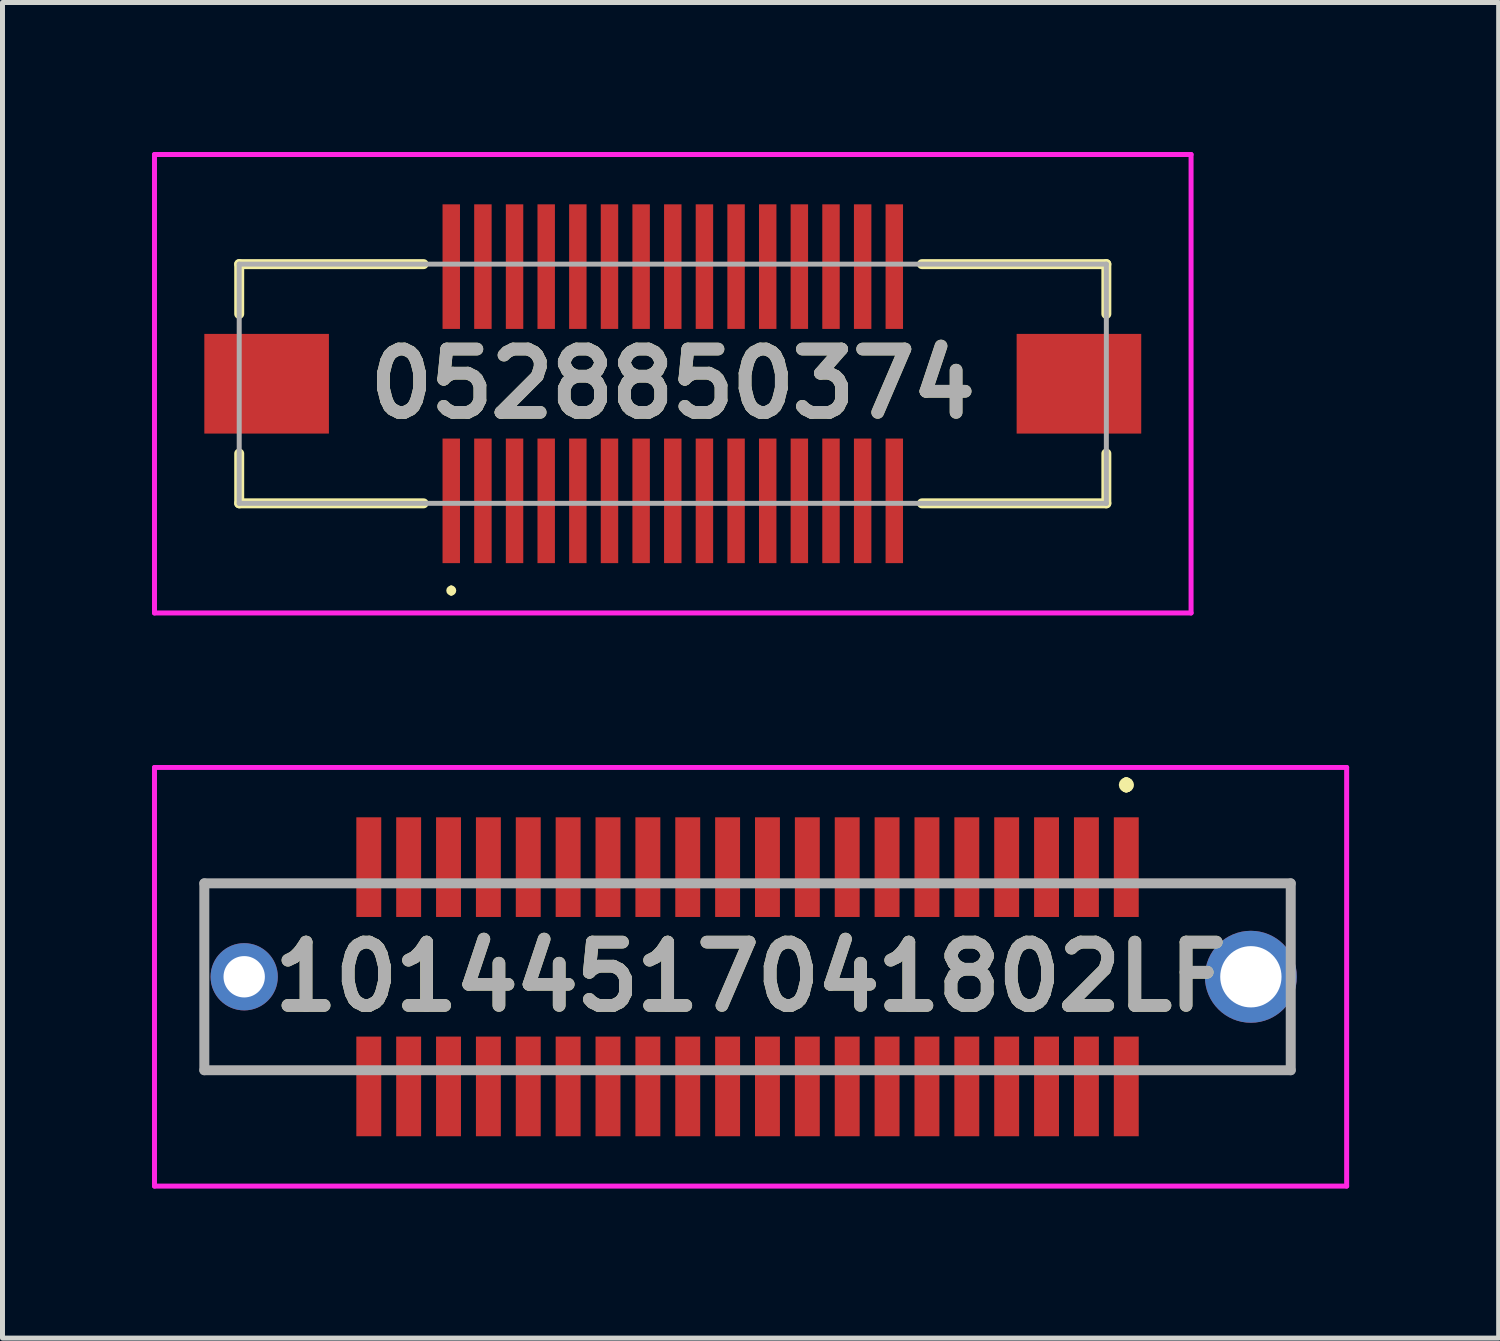
<source format=kicad_pcb>
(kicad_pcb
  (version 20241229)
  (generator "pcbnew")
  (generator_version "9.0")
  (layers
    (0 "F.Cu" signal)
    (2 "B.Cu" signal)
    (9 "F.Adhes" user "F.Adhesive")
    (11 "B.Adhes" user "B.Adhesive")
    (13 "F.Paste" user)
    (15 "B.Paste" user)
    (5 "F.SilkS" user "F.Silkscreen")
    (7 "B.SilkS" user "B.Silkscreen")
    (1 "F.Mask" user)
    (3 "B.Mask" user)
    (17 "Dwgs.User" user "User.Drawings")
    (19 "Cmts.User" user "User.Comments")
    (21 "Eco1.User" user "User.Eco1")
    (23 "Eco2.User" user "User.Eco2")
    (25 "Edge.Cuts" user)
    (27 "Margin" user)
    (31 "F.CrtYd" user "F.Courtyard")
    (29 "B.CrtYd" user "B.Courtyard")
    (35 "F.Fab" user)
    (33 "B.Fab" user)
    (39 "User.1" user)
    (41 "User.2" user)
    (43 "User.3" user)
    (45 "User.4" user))
  (footprint "0528850374"
    (layer "F.Cu")
    (at 10.45 4.65)
    (property "Reference" "0528850374" (at 0 0 0) (layer "F.SilkS") (effects (font (size 1.27 1.27) (thickness 0.254))))
    (attr through_hole)
    (fp_line (start -8.7 -2.4) (end -5 -2.4) (stroke (width 0.2) (type solid)) (layer "F.SilkS"))
    (fp_line (start -8.7 -1.4) (end -8.7 -2.4) (stroke (width 0.2) (type solid)) (layer "F.SilkS"))
    (fp_line (start -8.7 1.4) (end -8.7 2.4) (stroke (width 0.2) (type solid)) (layer "F.SilkS"))
    (fp_line (start -8.7 2.4) (end -5 2.4) (stroke (width 0.2) (type solid)) (layer "F.SilkS"))
    (fp_line (start -4.445 4.1) (end -4.445 4.1) (stroke (width 0.1) (type solid)) (layer "F.SilkS"))
    (fp_line (start -4.445 4.2) (end -4.445 4.2) (stroke (width 0.1) (type solid)) (layer "F.SilkS"))
    (fp_line (start 5 -2.4) (end 8.7 -2.4) (stroke (width 0.2) (type solid)) (layer "F.SilkS"))
    (fp_line (start 5 2.4) (end 8.7 2.4) (stroke (width 0.2) (type solid)) (layer "F.SilkS"))
    (fp_line (start 8.7 -2.4) (end 8.7 -1.4) (stroke (width 0.2) (type solid)) (layer "F.SilkS"))
    (fp_line (start 8.7 2.4) (end 8.7 1.4) (stroke (width 0.2) (type solid)) (layer "F.SilkS"))
    (fp_arc (start -4.445 4.1) (mid -4.395 4.15) (end -4.445 4.2) (stroke (width 0.1) (type solid)) (layer "F.SilkS"))
    (fp_arc (start -4.445 4.2) (mid -4.495 4.15) (end -4.445 4.1) (stroke (width 0.1) (type solid)) (layer "F.SilkS"))
    (fp_line (start -10.4 -4.6) (end 10.4 -4.6) (stroke (width 0.1) (type solid)) (layer "F.CrtYd"))
    (fp_line (start -10.4 4.6) (end -10.4 -4.6) (stroke (width 0.1) (type solid)) (layer "F.CrtYd"))
    (fp_line (start 10.4 -4.6) (end 10.4 4.6) (stroke (width 0.1) (type solid)) (layer "F.CrtYd"))
    (fp_line (start 10.4 4.6) (end -10.4 4.6) (stroke (width 0.1) (type solid)) (layer "F.CrtYd"))
    (fp_line (start -8.7 -2.4) (end 8.7 -2.4) (stroke (width 0.1) (type solid)) (layer "F.Fab"))
    (fp_line (start -8.7 2.4) (end -8.7 -2.4) (stroke (width 0.1) (type solid)) (layer "F.Fab"))
    (fp_line (start 8.7 -2.4) (end 8.7 2.4) (stroke (width 0.1) (type solid)) (layer "F.Fab"))
    (fp_line (start 8.7 2.4) (end -8.7 2.4) (stroke (width 0.1) (type solid)) (layer "F.Fab"))
    (fp_text user "${REFERENCE}" (at 0 0 0) (layer "F.Fab") (effects (font (size 1.27 1.27) (thickness 0.254))))
    (pad "" np_thru_hole circle (at -6.1 0) (size 0.001 0.001) (drill 0.9) (layers "*.Cu" "*.Mask"))
    (pad "" np_thru_hole circle (at 6.1 0) (size 0.001 0.001) (drill 0.7) (layers "*.Cu" "*.Mask"))
    (pad "1" smd rect (at -4.445 2.35) (size 0.35 2.5) (layers "F.Cu" "F.Mask" "F.Paste"))
    (pad "2" smd rect (at -4.445 -2.35) (size 0.35 2.5) (layers "F.Cu" "F.Mask" "F.Paste"))
    (pad "3" smd rect (at -3.81 2.35) (size 0.35 2.5) (layers "F.Cu" "F.Mask" "F.Paste"))
    (pad "4" smd rect (at -3.81 -2.35) (size 0.35 2.5) (layers "F.Cu" "F.Mask" "F.Paste"))
    (pad "5" smd rect (at -3.175 2.35) (size 0.35 2.5) (layers "F.Cu" "F.Mask" "F.Paste"))
    (pad "6" smd rect (at -3.175 -2.35) (size 0.35 2.5) (layers "F.Cu" "F.Mask" "F.Paste"))
    (pad "7" smd rect (at -2.54 2.35) (size 0.35 2.5) (layers "F.Cu" "F.Mask" "F.Paste"))
    (pad "8" smd rect (at -2.54 -2.35) (size 0.35 2.5) (layers "F.Cu" "F.Mask" "F.Paste"))
    (pad "9" smd rect (at -1.905 2.35) (size 0.35 2.5) (layers "F.Cu" "F.Mask" "F.Paste"))
    (pad "10" smd rect (at -1.905 -2.35) (size 0.35 2.5) (layers "F.Cu" "F.Mask" "F.Paste"))
    (pad "11" smd rect (at -1.27 2.35) (size 0.35 2.5) (layers "F.Cu" "F.Mask" "F.Paste"))
    (pad "12" smd rect (at -1.27 -2.35) (size 0.35 2.5) (layers "F.Cu" "F.Mask" "F.Paste"))
    (pad "13" smd rect (at -0.635 2.35) (size 0.35 2.5) (layers "F.Cu" "F.Mask" "F.Paste"))
    (pad "14" smd rect (at -0.635 -2.35) (size 0.35 2.5) (layers "F.Cu" "F.Mask" "F.Paste"))
    (pad "15" smd rect (at 0 2.35) (size 0.35 2.5) (layers "F.Cu" "F.Mask" "F.Paste"))
    (pad "16" smd rect (at 0 -2.35) (size 0.35 2.5) (layers "F.Cu" "F.Mask" "F.Paste"))
    (pad "17" smd rect (at 0.635 2.35) (size 0.35 2.5) (layers "F.Cu" "F.Mask" "F.Paste"))
    (pad "18" smd rect (at 0.635 -2.35) (size 0.35 2.5) (layers "F.Cu" "F.Mask" "F.Paste"))
    (pad "19" smd rect (at 1.27 2.35) (size 0.35 2.5) (layers "F.Cu" "F.Mask" "F.Paste"))
    (pad "20" smd rect (at 1.27 -2.35) (size 0.35 2.5) (layers "F.Cu" "F.Mask" "F.Paste"))
    (pad "21" smd rect (at 1.905 2.35) (size 0.35 2.5) (layers "F.Cu" "F.Mask" "F.Paste"))
    (pad "22" smd rect (at 1.905 -2.35) (size 0.35 2.5) (layers "F.Cu" "F.Mask" "F.Paste"))
    (pad "23" smd rect (at 2.54 2.35) (size 0.35 2.5) (layers "F.Cu" "F.Mask" "F.Paste"))
    (pad "24" smd rect (at 2.54 -2.35) (size 0.35 2.5) (layers "F.Cu" "F.Mask" "F.Paste"))
    (pad "25" smd rect (at 3.175 2.35) (size 0.35 2.5) (layers "F.Cu" "F.Mask" "F.Paste"))
    (pad "26" smd rect (at 3.175 -2.35) (size 0.35 2.5) (layers "F.Cu" "F.Mask" "F.Paste"))
    (pad "27" smd rect (at 3.81 2.35) (size 0.35 2.5) (layers "F.Cu" "F.Mask" "F.Paste"))
    (pad "28" smd rect (at 3.81 -2.35) (size 0.35 2.5) (layers "F.Cu" "F.Mask" "F.Paste"))
    (pad "29" smd rect (at 4.445 2.35) (size 0.35 2.5) (layers "F.Cu" "F.Mask" "F.Paste"))
    (pad "30" smd rect (at 4.445 -2.35) (size 0.35 2.5) (layers "F.Cu" "F.Mask" "F.Paste"))
    (pad "MP1" smd rect (at -8.15 0 90) (size 2 2.5) (layers "F.Cu" "F.Mask" "F.Paste"))
    (pad "MP2" smd rect (at 8.15 0 90) (size 2 2.5) (layers "F.Cu" "F.Mask" "F.Paste")))
  (footprint "10144517041802LF"
    (layer "F.Cu")
    (at 11.95 16.55)
    (property "Reference" "10144517041802LF" (at 0.061 0 0) (layer "F.SilkS") (effects (font (size 1.27 1.27) (thickness 0.254))))
    (attr through_hole)
    (fp_line (start -10.9 -1.875) (end -10.9 -1.25) (stroke (width 0.1) (type solid)) (layer "F.SilkS"))
    (fp_line (start -10.9 1.25) (end -10.9 1.875) (stroke (width 0.1) (type solid)) (layer "F.SilkS"))
    (fp_line (start -10.9 1.875) (end -8.5 1.875) (stroke (width 0.1) (type solid)) (layer "F.SilkS"))
    (fp_line (start -8.5 -1.875) (end -10.9 -1.875) (stroke (width 0.1) (type solid)) (layer "F.SilkS"))
    (fp_line (start 7.6 -3.9) (end 7.6 -3.9) (stroke (width 0.2) (type solid)) (layer "F.SilkS"))
    (fp_line (start 7.6 -3.9) (end 7.6 -3.9) (stroke (width 0.2) (type solid)) (layer "F.SilkS"))
    (fp_line (start 7.6 -3.8) (end 7.6 -3.8) (stroke (width 0.2) (type solid)) (layer "F.SilkS"))
    (fp_line (start 8.5 1.875) (end 10.9 1.875) (stroke (width 0.1) (type solid)) (layer "F.SilkS"))
    (fp_line (start 10.9 -1.875) (end 8.5 -1.875) (stroke (width 0.1) (type solid)) (layer "F.SilkS"))
    (fp_line (start 10.9 -1.5) (end 10.9 -1.875) (stroke (width 0.1) (type solid)) (layer "F.SilkS"))
    (fp_line (start 10.9 1.875) (end 10.9 1.5) (stroke (width 0.1) (type solid)) (layer "F.SilkS"))
    (fp_arc (start 7.6 -3.9) (mid 7.65 -3.85) (end 7.6 -3.8) (stroke (width 0.2) (type solid)) (layer "F.SilkS"))
    (fp_arc (start 7.6 -3.9) (mid 7.65 -3.85) (end 7.6 -3.8) (stroke (width 0.2) (type solid)) (layer "F.SilkS"))
    (fp_arc (start 7.6 -3.8) (mid 7.55 -3.85) (end 7.6 -3.9) (stroke (width 0.2) (type solid)) (layer "F.SilkS"))
    (fp_line (start -11.9 -4.2) (end 12.022 -4.2) (stroke (width 0.1) (type solid)) (layer "F.CrtYd"))
    (fp_line (start -11.9 4.2) (end -11.9 -4.2) (stroke (width 0.1) (type solid)) (layer "F.CrtYd"))
    (fp_line (start 12.022 -4.2) (end 12.022 4.2) (stroke (width 0.1) (type solid)) (layer "F.CrtYd"))
    (fp_line (start 12.022 4.2) (end -11.9 4.2) (stroke (width 0.1) (type solid)) (layer "F.CrtYd"))
    (fp_line (start -10.9 -1.875) (end -10.9 1.875) (stroke (width 0.2) (type solid)) (layer "F.Fab"))
    (fp_line (start -10.9 1.875) (end 10.9 1.875) (stroke (width 0.2) (type solid)) (layer "F.Fab"))
    (fp_line (start 10.9 -1.875) (end -10.9 -1.875) (stroke (width 0.2) (type solid)) (layer "F.Fab"))
    (fp_line (start 10.9 1.875) (end 10.9 -1.875) (stroke (width 0.2) (type solid)) (layer "F.Fab"))
    (fp_text user "${REFERENCE}" (at 0.061 0 0) (layer "F.Fab") (effects (font (size 1.27 1.27) (thickness 0.254))))
    (pad "1" smd rect (at 7.6 -2.2) (size 0.5 2) (layers "F.Cu" "F.Mask" "F.Paste"))
    (pad "2" smd rect (at 7.6 2.2) (size 0.5 2) (layers "F.Cu" "F.Mask" "F.Paste"))
    (pad "3" smd rect (at 6.8 -2.2) (size 0.5 2) (layers "F.Cu" "F.Mask" "F.Paste"))
    (pad "4" smd rect (at 6.8 2.2) (size 0.5 2) (layers "F.Cu" "F.Mask" "F.Paste"))
    (pad "5" smd rect (at 6 -2.2) (size 0.5 2) (layers "F.Cu" "F.Mask" "F.Paste"))
    (pad "6" smd rect (at 6 2.2) (size 0.5 2) (layers "F.Cu" "F.Mask" "F.Paste"))
    (pad "7" smd rect (at 5.2 -2.2) (size 0.5 2) (layers "F.Cu" "F.Mask" "F.Paste"))
    (pad "8" smd rect (at 5.2 2.2) (size 0.5 2) (layers "F.Cu" "F.Mask" "F.Paste"))
    (pad "9" smd rect (at 4.4 -2.2) (size 0.5 2) (layers "F.Cu" "F.Mask" "F.Paste"))
    (pad "10" smd rect (at 4.4 2.2) (size 0.5 2) (layers "F.Cu" "F.Mask" "F.Paste"))
    (pad "11" smd rect (at 3.6 -2.2) (size 0.5 2) (layers "F.Cu" "F.Mask" "F.Paste"))
    (pad "12" smd rect (at 3.6 2.2) (size 0.5 2) (layers "F.Cu" "F.Mask" "F.Paste"))
    (pad "13" smd rect (at 2.8 -2.2) (size 0.5 2) (layers "F.Cu" "F.Mask" "F.Paste"))
    (pad "14" smd rect (at 2.8 2.2) (size 0.5 2) (layers "F.Cu" "F.Mask" "F.Paste"))
    (pad "15" smd rect (at 2 -2.2) (size 0.5 2) (layers "F.Cu" "F.Mask" "F.Paste"))
    (pad "16" smd rect (at 2 2.2) (size 0.5 2) (layers "F.Cu" "F.Mask" "F.Paste"))
    (pad "17" smd rect (at 1.2 -2.2) (size 0.5 2) (layers "F.Cu" "F.Mask" "F.Paste"))
    (pad "18" smd rect (at 1.2 2.2) (size 0.5 2) (layers "F.Cu" "F.Mask" "F.Paste"))
    (pad "19" smd rect (at 0.4 -2.2) (size 0.5 2) (layers "F.Cu" "F.Mask" "F.Paste"))
    (pad "20" smd rect (at 0.4 2.2) (size 0.5 2) (layers "F.Cu" "F.Mask" "F.Paste"))
    (pad "21" smd rect (at -0.4 -2.2) (size 0.5 2) (layers "F.Cu" "F.Mask" "F.Paste"))
    (pad "22" smd rect (at -0.4 2.2) (size 0.5 2) (layers "F.Cu" "F.Mask" "F.Paste"))
    (pad "23" smd rect (at -1.2 -2.2) (size 0.5 2) (layers "F.Cu" "F.Mask" "F.Paste"))
    (pad "24" smd rect (at -1.2 2.2) (size 0.5 2) (layers "F.Cu" "F.Mask" "F.Paste"))
    (pad "25" smd rect (at -2 -2.2) (size 0.5 2) (layers "F.Cu" "F.Mask" "F.Paste"))
    (pad "26" smd rect (at -2 2.2) (size 0.5 2) (layers "F.Cu" "F.Mask" "F.Paste"))
    (pad "27" smd rect (at -2.8 -2.2) (size 0.5 2) (layers "F.Cu" "F.Mask" "F.Paste"))
    (pad "28" smd rect (at -2.8 2.2) (size 0.5 2) (layers "F.Cu" "F.Mask" "F.Paste"))
    (pad "29" smd rect (at -3.6 -2.2) (size 0.5 2) (layers "F.Cu" "F.Mask" "F.Paste"))
    (pad "30" smd rect (at -3.6 2.2) (size 0.5 2) (layers "F.Cu" "F.Mask" "F.Paste"))
    (pad "31" smd rect (at -4.4 -2.2) (size 0.5 2) (layers "F.Cu" "F.Mask" "F.Paste"))
    (pad "32" smd rect (at -4.4 2.2) (size 0.5 2) (layers "F.Cu" "F.Mask" "F.Paste"))
    (pad "33" smd rect (at -5.2 -2.2) (size 0.5 2) (layers "F.Cu" "F.Mask" "F.Paste"))
    (pad "34" smd rect (at -5.2 2.2) (size 0.5 2) (layers "F.Cu" "F.Mask" "F.Paste"))
    (pad "35" smd rect (at -6 -2.2) (size 0.5 2) (layers "F.Cu" "F.Mask" "F.Paste"))
    (pad "36" smd rect (at -6 2.2) (size 0.5 2) (layers "F.Cu" "F.Mask" "F.Paste"))
    (pad "37" smd rect (at -6.8 -2.2) (size 0.5 2) (layers "F.Cu" "F.Mask" "F.Paste"))
    (pad "38" smd rect (at -6.8 2.2) (size 0.5 2) (layers "F.Cu" "F.Mask" "F.Paste"))
    (pad "39" smd rect (at -7.6 -2.2) (size 0.5 2) (layers "F.Cu" "F.Mask" "F.Paste"))
    (pad "40" smd rect (at -7.6 2.2) (size 0.5 2) (layers "F.Cu" "F.Mask" "F.Paste"))
    (pad "MH1" thru_hole circle (at 10.1 0) (size 1.845 1.845) (drill 1.23) (layers "*.Cu" "*.Mask"))
    (pad "MH2" thru_hole circle (at -10.1 0) (size 1.349 1.349) (drill 0.83) (layers "*.Cu" "*.Mask")))
  (gr_rect
    (start -3 -3)
    (end 27.022 23.8)
    (stroke (width 0.1) (type default))
    (fill no)
    (layer "Edge.Cuts")))
</source>
